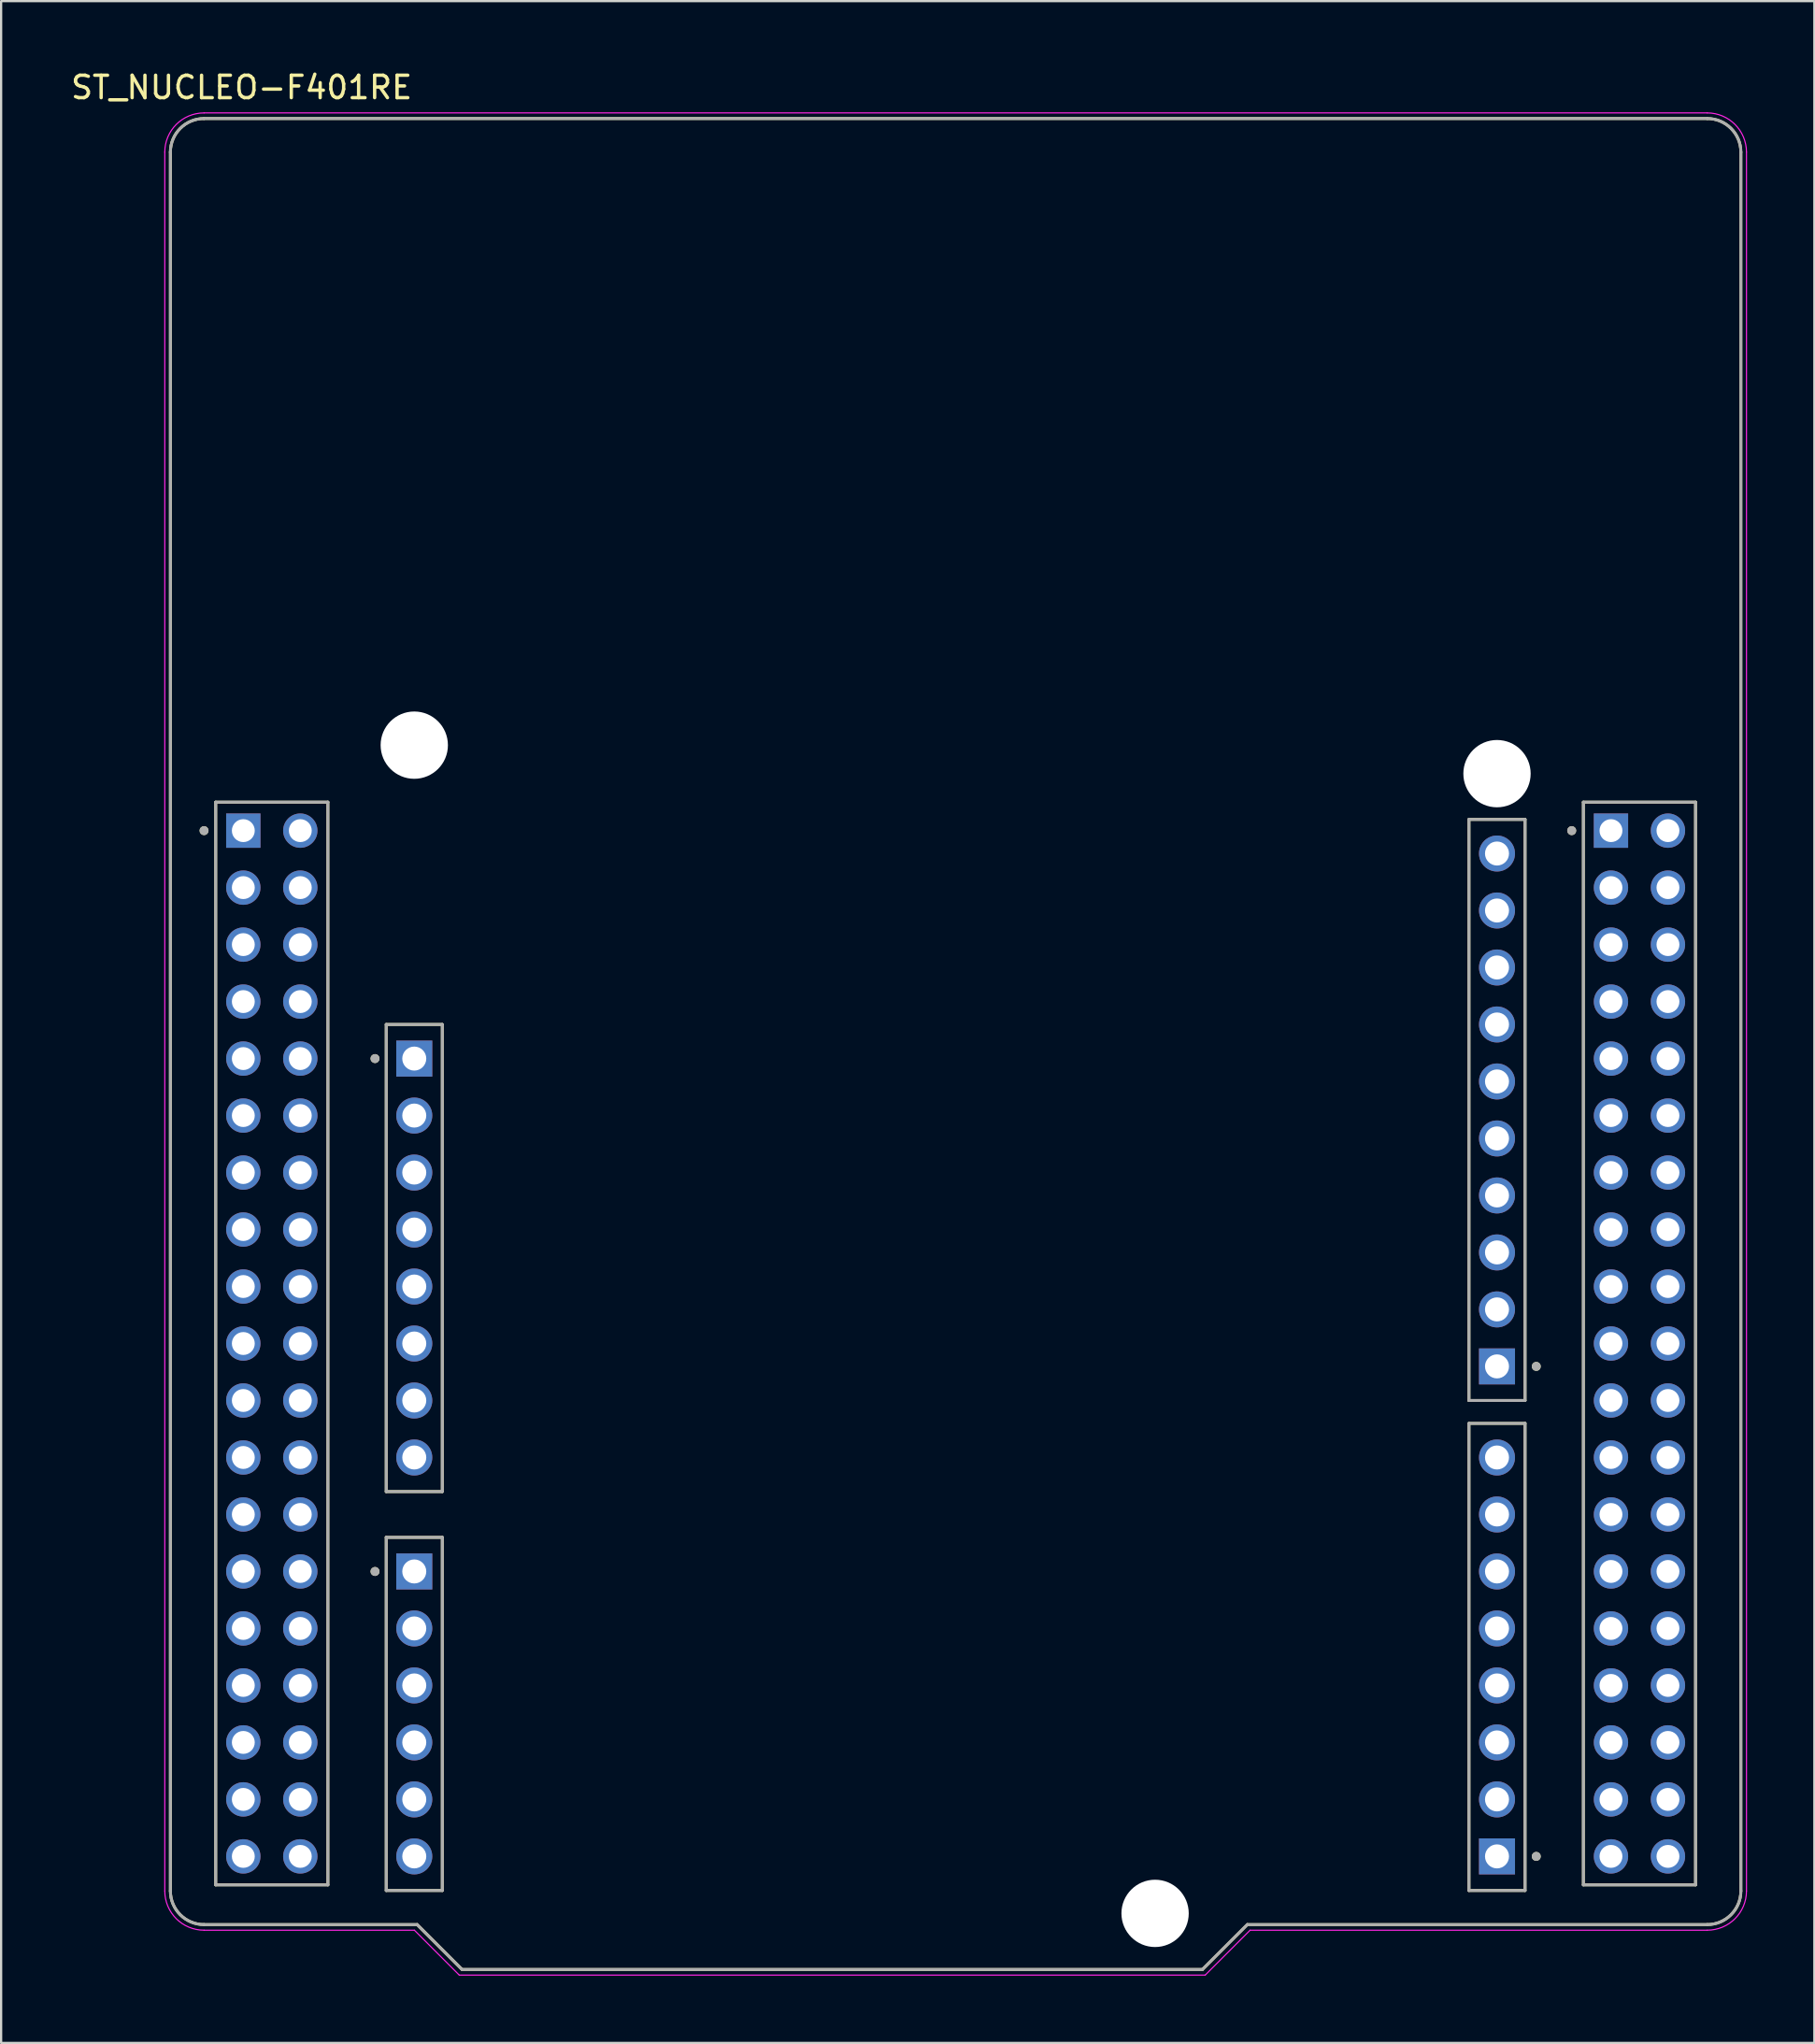
<source format=kicad_pcb>
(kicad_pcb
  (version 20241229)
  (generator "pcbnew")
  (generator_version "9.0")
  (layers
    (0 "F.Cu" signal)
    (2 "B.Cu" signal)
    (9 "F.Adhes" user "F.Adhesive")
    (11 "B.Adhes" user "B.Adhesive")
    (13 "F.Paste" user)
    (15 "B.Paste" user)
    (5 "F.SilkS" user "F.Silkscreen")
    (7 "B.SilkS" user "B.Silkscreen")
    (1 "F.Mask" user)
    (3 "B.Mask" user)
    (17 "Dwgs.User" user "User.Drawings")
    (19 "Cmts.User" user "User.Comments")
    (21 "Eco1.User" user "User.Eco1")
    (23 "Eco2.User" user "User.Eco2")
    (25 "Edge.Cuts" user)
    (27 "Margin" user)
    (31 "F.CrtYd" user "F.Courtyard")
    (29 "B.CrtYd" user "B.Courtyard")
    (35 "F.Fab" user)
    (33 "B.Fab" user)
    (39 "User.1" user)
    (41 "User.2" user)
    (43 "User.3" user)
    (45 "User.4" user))
  (footprint "ST_NUCLEO-F401RE"
    (layer "F.Cu")
    (at 39.545 43.483)
    (property "Reference" "ST_NUCLEO-F401RE" (at -31.825 -42.635 0) (layer "F.SilkS") (effects (font (size 1 1) (thickness 0.15))))
    (attr through_hole)
    (fp_line (start -35 37.75) (end -35 -39.75) (stroke (width 0.127) (type solid)) (layer "F.SilkS"))
    (fp_line (start -33.5 -41.25) (end 33.5 -41.25) (stroke (width 0.127) (type solid)) (layer "F.SilkS"))
    (fp_line (start -32.98 -10.78) (end -32.98 37.48) (stroke (width 0.127) (type solid)) (layer "F.SilkS"))
    (fp_line (start -32.98 37.48) (end -27.98 37.48) (stroke (width 0.127) (type solid)) (layer "F.SilkS"))
    (fp_line (start -27.98 -10.78) (end -32.98 -10.78) (stroke (width 0.127) (type solid)) (layer "F.SilkS"))
    (fp_line (start -27.98 37.48) (end -27.98 -10.78) (stroke (width 0.127) (type solid)) (layer "F.SilkS"))
    (fp_line (start -25.38 -0.87) (end -25.38 19.95) (stroke (width 0.127) (type solid)) (layer "F.SilkS"))
    (fp_line (start -25.38 19.95) (end -22.88 19.95) (stroke (width 0.127) (type solid)) (layer "F.SilkS"))
    (fp_line (start -25.38 21.99) (end -25.38 37.73) (stroke (width 0.127) (type solid)) (layer "F.SilkS"))
    (fp_line (start -25.38 37.73) (end -22.88 37.73) (stroke (width 0.127) (type solid)) (layer "F.SilkS"))
    (fp_line (start -24 39.25) (end -33.5 39.25) (stroke (width 0.127) (type solid)) (layer "F.SilkS"))
    (fp_line (start -22.88 -0.87) (end -25.38 -0.87) (stroke (width 0.127) (type solid)) (layer "F.SilkS"))
    (fp_line (start -22.88 19.95) (end -22.88 -0.87) (stroke (width 0.127) (type solid)) (layer "F.SilkS"))
    (fp_line (start -22.88 21.99) (end -25.38 21.99) (stroke (width 0.127) (type solid)) (layer "F.SilkS"))
    (fp_line (start -22.88 37.73) (end -22.88 21.99) (stroke (width 0.127) (type solid)) (layer "F.SilkS"))
    (fp_line (start -22 41.25) (end -24 39.25) (stroke (width 0.127) (type solid)) (layer "F.SilkS"))
    (fp_line (start 11 41.25) (end -22 41.25) (stroke (width 0.127) (type solid)) (layer "F.SilkS"))
    (fp_line (start 13 39.25) (end 11 41.25) (stroke (width 0.127) (type solid)) (layer "F.SilkS"))
    (fp_line (start 22.88 -10.01) (end 22.88 15.89) (stroke (width 0.127) (type solid)) (layer "F.SilkS"))
    (fp_line (start 22.88 15.89) (end 25.38 15.89) (stroke (width 0.127) (type solid)) (layer "F.SilkS"))
    (fp_line (start 22.88 16.91) (end 22.88 37.73) (stroke (width 0.127) (type solid)) (layer "F.SilkS"))
    (fp_line (start 22.88 37.73) (end 25.38 37.73) (stroke (width 0.127) (type solid)) (layer "F.SilkS"))
    (fp_line (start 25.38 -10.01) (end 22.88 -10.01) (stroke (width 0.127) (type solid)) (layer "F.SilkS"))
    (fp_line (start 25.38 15.89) (end 25.38 -10.01) (stroke (width 0.127) (type solid)) (layer "F.SilkS"))
    (fp_line (start 25.38 16.91) (end 22.88 16.91) (stroke (width 0.127) (type solid)) (layer "F.SilkS"))
    (fp_line (start 25.38 37.73) (end 25.38 16.91) (stroke (width 0.127) (type solid)) (layer "F.SilkS"))
    (fp_line (start 27.98 -10.78) (end 27.98 37.48) (stroke (width 0.127) (type solid)) (layer "F.SilkS"))
    (fp_line (start 27.98 37.48) (end 32.98 37.48) (stroke (width 0.127) (type solid)) (layer "F.SilkS"))
    (fp_line (start 32.98 -10.78) (end 27.98 -10.78) (stroke (width 0.127) (type solid)) (layer "F.SilkS"))
    (fp_line (start 32.98 37.48) (end 32.98 -10.78) (stroke (width 0.127) (type solid)) (layer "F.SilkS"))
    (fp_line (start 33.5 39.25) (end 13 39.25) (stroke (width 0.127) (type solid)) (layer "F.SilkS"))
    (fp_line (start 35 -39.75) (end 35 37.75) (stroke (width 0.127) (type solid)) (layer "F.SilkS"))
    (fp_arc (start -35 -39.75) (mid -34.56066 -40.81066) (end -33.5 -41.25) (stroke (width 0.127) (type solid)) (layer "F.SilkS"))
    (fp_arc (start -33.5 39.25) (mid -34.56066 38.81066) (end -35 37.75) (stroke (width 0.127) (type solid)) (layer "F.SilkS"))
    (fp_arc (start 33.5 -41.25) (mid 34.56066 -40.81066) (end 35 -39.75) (stroke (width 0.127) (type solid)) (layer "F.SilkS"))
    (fp_arc (start 35 37.75) (mid 34.56066 38.81066) (end 33.5 39.25) (stroke (width 0.127) (type solid)) (layer "F.SilkS"))
    (fp_circle (center -33.5 -9.51) (end -33.4 -9.51) (stroke (width 0.2) (type solid)) (fill no) (layer "F.SilkS"))
    (fp_circle (center -25.88 0.65) (end -25.78 0.65) (stroke (width 0.2) (type solid)) (fill no) (layer "F.SilkS"))
    (fp_circle (center -25.88 23.51) (end -25.78 23.51) (stroke (width 0.2) (type solid)) (fill no) (layer "F.SilkS"))
    (fp_circle (center 25.88 14.37) (end 25.98 14.37) (stroke (width 0.2) (type solid)) (fill no) (layer "F.SilkS"))
    (fp_circle (center 25.88 36.21) (end 25.98 36.21) (stroke (width 0.2) (type solid)) (fill no) (layer "F.SilkS"))
    (fp_circle (center 27.46 -9.51) (end 27.56 -9.51) (stroke (width 0.2) (type solid)) (fill no) (layer "F.SilkS"))
    (fp_line (start -35.25 37.75) (end -35.25 -39.75) (stroke (width 0.05) (type solid)) (layer "F.CrtYd"))
    (fp_line (start -33.5 -41.5) (end 33.5 -41.5) (stroke (width 0.05) (type solid)) (layer "F.CrtYd"))
    (fp_line (start -24.125 39.5) (end -33.5 39.5) (stroke (width 0.05) (type solid)) (layer "F.CrtYd"))
    (fp_line (start -22.125 41.5) (end -24.125 39.5) (stroke (width 0.05) (type solid)) (layer "F.CrtYd"))
    (fp_line (start 11.125 41.5) (end -22.125 41.5) (stroke (width 0.05) (type solid)) (layer "F.CrtYd"))
    (fp_line (start 13.125 39.5) (end 11.125 41.5) (stroke (width 0.05) (type solid)) (layer "F.CrtYd"))
    (fp_line (start 33.5 39.5) (end 13.125 39.5) (stroke (width 0.05) (type solid)) (layer "F.CrtYd"))
    (fp_line (start 35.25 -39.75) (end 35.25 37.75) (stroke (width 0.05) (type solid)) (layer "F.CrtYd"))
    (fp_arc (start -35.25 -39.75) (mid -34.737437 -40.987437) (end -33.5 -41.5) (stroke (width 0.05) (type solid)) (layer "F.CrtYd"))
    (fp_arc (start -33.5 39.5) (mid -34.737437 38.987437) (end -35.25 37.75) (stroke (width 0.05) (type solid)) (layer "F.CrtYd"))
    (fp_arc (start 33.5 -41.5) (mid 34.737437 -40.987437) (end 35.25 -39.75) (stroke (width 0.05) (type solid)) (layer "F.CrtYd"))
    (fp_arc (start 35.25 37.75) (mid 34.737437 38.987437) (end 33.5 39.5) (stroke (width 0.05) (type solid)) (layer "F.CrtYd"))
    (fp_line (start -35 37.75) (end -35 -39.75) (stroke (width 0.127) (type solid)) (layer "F.Fab"))
    (fp_line (start -33.5 -41.25) (end 33.5 -41.25) (stroke (width 0.127) (type solid)) (layer "F.Fab"))
    (fp_line (start -32.98 -10.78) (end -32.98 37.48) (stroke (width 0.127) (type solid)) (layer "F.Fab"))
    (fp_line (start -32.98 37.48) (end -27.98 37.48) (stroke (width 0.127) (type solid)) (layer "F.Fab"))
    (fp_line (start -27.98 -10.78) (end -32.98 -10.78) (stroke (width 0.127) (type solid)) (layer "F.Fab"))
    (fp_line (start -27.98 37.48) (end -27.98 -10.78) (stroke (width 0.127) (type solid)) (layer "F.Fab"))
    (fp_line (start -25.38 -0.87) (end -25.38 19.95) (stroke (width 0.127) (type solid)) (layer "F.Fab"))
    (fp_line (start -25.38 19.95) (end -22.88 19.95) (stroke (width 0.127) (type solid)) (layer "F.Fab"))
    (fp_line (start -25.38 21.99) (end -25.38 37.73) (stroke (width 0.127) (type solid)) (layer "F.Fab"))
    (fp_line (start -25.38 37.73) (end -22.88 37.73) (stroke (width 0.127) (type solid)) (layer "F.Fab"))
    (fp_line (start -24 39.25) (end -33.5 39.25) (stroke (width 0.127) (type solid)) (layer "F.Fab"))
    (fp_line (start -22.88 -0.87) (end -25.38 -0.87) (stroke (width 0.127) (type solid)) (layer "F.Fab"))
    (fp_line (start -22.88 19.95) (end -22.88 -0.87) (stroke (width 0.127) (type solid)) (layer "F.Fab"))
    (fp_line (start -22.88 21.99) (end -25.38 21.99) (stroke (width 0.127) (type solid)) (layer "F.Fab"))
    (fp_line (start -22.88 37.73) (end -22.88 21.99) (stroke (width 0.127) (type solid)) (layer "F.Fab"))
    (fp_line (start -22 41.25) (end -24 39.25) (stroke (width 0.127) (type solid)) (layer "F.Fab"))
    (fp_line (start 11 41.25) (end -22 41.25) (stroke (width 0.127) (type solid)) (layer "F.Fab"))
    (fp_line (start 13 39.25) (end 11 41.25) (stroke (width 0.127) (type solid)) (layer "F.Fab"))
    (fp_line (start 22.88 -10.01) (end 22.88 15.89) (stroke (width 0.127) (type solid)) (layer "F.Fab"))
    (fp_line (start 22.88 15.89) (end 25.38 15.89) (stroke (width 0.127) (type solid)) (layer "F.Fab"))
    (fp_line (start 22.88 16.91) (end 22.88 37.73) (stroke (width 0.127) (type solid)) (layer "F.Fab"))
    (fp_line (start 22.88 37.73) (end 25.38 37.73) (stroke (width 0.127) (type solid)) (layer "F.Fab"))
    (fp_line (start 25.38 -10.01) (end 22.88 -10.01) (stroke (width 0.127) (type solid)) (layer "F.Fab"))
    (fp_line (start 25.38 15.89) (end 25.38 -10.01) (stroke (width 0.127) (type solid)) (layer "F.Fab"))
    (fp_line (start 25.38 16.91) (end 22.88 16.91) (stroke (width 0.127) (type solid)) (layer "F.Fab"))
    (fp_line (start 25.38 37.73) (end 25.38 16.91) (stroke (width 0.127) (type solid)) (layer "F.Fab"))
    (fp_line (start 27.98 -10.78) (end 27.98 37.48) (stroke (width 0.127) (type solid)) (layer "F.Fab"))
    (fp_line (start 27.98 37.48) (end 32.98 37.48) (stroke (width 0.127) (type solid)) (layer "F.Fab"))
    (fp_line (start 32.98 -10.78) (end 27.98 -10.78) (stroke (width 0.127) (type solid)) (layer "F.Fab"))
    (fp_line (start 32.98 37.48) (end 32.98 -10.78) (stroke (width 0.127) (type solid)) (layer "F.Fab"))
    (fp_line (start 33.5 39.25) (end 13 39.25) (stroke (width 0.127) (type solid)) (layer "F.Fab"))
    (fp_line (start 35 -39.75) (end 35 37.75) (stroke (width 0.127) (type solid)) (layer "F.Fab"))
    (fp_arc (start -35 -39.75) (mid -34.56066 -40.81066) (end -33.5 -41.25) (stroke (width 0.127) (type solid)) (layer "F.Fab"))
    (fp_arc (start -33.5 39.25) (mid -34.56066 38.81066) (end -35 37.75) (stroke (width 0.127) (type solid)) (layer "F.Fab"))
    (fp_arc (start 33.5 -41.25) (mid 34.56066 -40.81066) (end 35 -39.75) (stroke (width 0.127) (type solid)) (layer "F.Fab"))
    (fp_arc (start 35 37.75) (mid 34.56066 38.81066) (end 33.5 39.25) (stroke (width 0.127) (type solid)) (layer "F.Fab"))
    (fp_circle (center -33.5 -9.51) (end -33.4 -9.51) (stroke (width 0.2) (type solid)) (fill no) (layer "F.Fab"))
    (fp_circle (center -25.88 0.65) (end -25.78 0.65) (stroke (width 0.2) (type solid)) (fill no) (layer "F.Fab"))
    (fp_circle (center -25.88 23.51) (end -25.78 23.51) (stroke (width 0.2) (type solid)) (fill no) (layer "F.Fab"))
    (fp_circle (center 25.88 14.37) (end 25.98 14.37) (stroke (width 0.2) (type solid)) (fill no) (layer "F.Fab"))
    (fp_circle (center 25.88 36.21) (end 25.98 36.21) (stroke (width 0.2) (type solid)) (fill no) (layer "F.Fab"))
    (fp_circle (center 27.46 -9.51) (end 27.56 -9.51) (stroke (width 0.2) (type solid)) (fill no) (layer "F.Fab"))
    (pad "" np_thru_hole circle (at -24.13 -13.32) (size 3 3) (drill 3) (layers "*.Cu" "*.Mask"))
    (pad "" np_thru_hole circle (at 8.89 38.75) (size 3 3) (drill 3) (layers "*.Cu" "*.Mask"))
    (pad "" np_thru_hole circle (at 24.13 -12.05) (size 3 3) (drill 3) (layers "*.Cu" "*.Mask"))
    (pad "5_1" thru_hole rect (at 24.13 14.37) (size 1.605 1.605) (drill 1.07) (layers "*.Cu" "*.Mask"))
    (pad "5_2" thru_hole circle (at 24.13 11.83) (size 1.605 1.605) (drill 1.07) (layers "*.Cu" "*.Mask"))
    (pad "5_3" thru_hole circle (at 24.13 9.29) (size 1.605 1.605) (drill 1.07) (layers "*.Cu" "*.Mask"))
    (pad "5_4" thru_hole circle (at 24.13 6.75) (size 1.605 1.605) (drill 1.07) (layers "*.Cu" "*.Mask"))
    (pad "5_5" thru_hole circle (at 24.13 4.21) (size 1.605 1.605) (drill 1.07) (layers "*.Cu" "*.Mask"))
    (pad "5_6" thru_hole circle (at 24.13 1.67) (size 1.605 1.605) (drill 1.07) (layers "*.Cu" "*.Mask"))
    (pad "5_7" thru_hole circle (at 24.13 -0.87) (size 1.605 1.605) (drill 1.07) (layers "*.Cu" "*.Mask"))
    (pad "5_8" thru_hole circle (at 24.13 -3.41) (size 1.605 1.605) (drill 1.07) (layers "*.Cu" "*.Mask"))
    (pad "5_9" thru_hole circle (at 24.13 -5.95) (size 1.605 1.605) (drill 1.07) (layers "*.Cu" "*.Mask"))
    (pad "5_10" thru_hole circle (at 24.13 -8.49) (size 1.605 1.605) (drill 1.07) (layers "*.Cu" "*.Mask"))
    (pad "6_1" thru_hole rect (at -24.13 0.65) (size 1.605 1.605) (drill 1.07) (layers "*.Cu" "*.Mask"))
    (pad "6_2" thru_hole circle (at -24.13 3.19) (size 1.605 1.605) (drill 1.07) (layers "*.Cu" "*.Mask"))
    (pad "6_3" thru_hole circle (at -24.13 5.73) (size 1.605 1.605) (drill 1.07) (layers "*.Cu" "*.Mask"))
    (pad "6_4" thru_hole circle (at -24.13 8.27) (size 1.605 1.605) (drill 1.07) (layers "*.Cu" "*.Mask"))
    (pad "6_5" thru_hole circle (at -24.13 10.81) (size 1.605 1.605) (drill 1.07) (layers "*.Cu" "*.Mask"))
    (pad "6_6" thru_hole circle (at -24.13 13.35) (size 1.605 1.605) (drill 1.07) (layers "*.Cu" "*.Mask"))
    (pad "6_7" thru_hole circle (at -24.13 15.89) (size 1.605 1.605) (drill 1.07) (layers "*.Cu" "*.Mask"))
    (pad "6_8" thru_hole circle (at -24.13 18.43) (size 1.605 1.605) (drill 1.07) (layers "*.Cu" "*.Mask"))
    (pad "7_1" thru_hole rect (at -31.75 -9.51) (size 1.53 1.53) (drill 1.02) (layers "*.Cu" "*.Mask"))
    (pad "7_2" thru_hole circle (at -29.21 -9.51) (size 1.53 1.53) (drill 1.02) (layers "*.Cu" "*.Mask"))
    (pad "7_3" thru_hole circle (at -31.75 -6.97) (size 1.53 1.53) (drill 1.02) (layers "*.Cu" "*.Mask"))
    (pad "7_4" thru_hole circle (at -29.21 -6.97) (size 1.53 1.53) (drill 1.02) (layers "*.Cu" "*.Mask"))
    (pad "7_5" thru_hole circle (at -31.75 -4.43) (size 1.53 1.53) (drill 1.02) (layers "*.Cu" "*.Mask"))
    (pad "7_6" thru_hole circle (at -29.21 -4.43) (size 1.53 1.53) (drill 1.02) (layers "*.Cu" "*.Mask"))
    (pad "7_7" thru_hole circle (at -31.75 -1.89) (size 1.53 1.53) (drill 1.02) (layers "*.Cu" "*.Mask"))
    (pad "7_8" thru_hole circle (at -29.21 -1.89) (size 1.53 1.53) (drill 1.02) (layers "*.Cu" "*.Mask"))
    (pad "7_9" thru_hole circle (at -31.75 0.65) (size 1.53 1.53) (drill 1.02) (layers "*.Cu" "*.Mask"))
    (pad "7_10" thru_hole circle (at -29.21 0.65) (size 1.53 1.53) (drill 1.02) (layers "*.Cu" "*.Mask"))
    (pad "7_11" thru_hole circle (at -31.75 3.19) (size 1.53 1.53) (drill 1.02) (layers "*.Cu" "*.Mask"))
    (pad "7_12" thru_hole circle (at -29.21 3.19) (size 1.53 1.53) (drill 1.02) (layers "*.Cu" "*.Mask"))
    (pad "7_13" thru_hole circle (at -31.75 5.73) (size 1.53 1.53) (drill 1.02) (layers "*.Cu" "*.Mask"))
    (pad "7_14" thru_hole circle (at -29.21 5.73) (size 1.53 1.53) (drill 1.02) (layers "*.Cu" "*.Mask"))
    (pad "7_15" thru_hole circle (at -31.75 8.27) (size 1.53 1.53) (drill 1.02) (layers "*.Cu" "*.Mask"))
    (pad "7_16" thru_hole circle (at -29.21 8.27) (size 1.53 1.53) (drill 1.02) (layers "*.Cu" "*.Mask"))
    (pad "7_17" thru_hole circle (at -31.75 10.81) (size 1.53 1.53) (drill 1.02) (layers "*.Cu" "*.Mask"))
    (pad "7_18" thru_hole circle (at -29.21 10.81) (size 1.53 1.53) (drill 1.02) (layers "*.Cu" "*.Mask"))
    (pad "7_19" thru_hole circle (at -31.75 13.35) (size 1.53 1.53) (drill 1.02) (layers "*.Cu" "*.Mask"))
    (pad "7_20" thru_hole circle (at -29.21 13.35) (size 1.53 1.53) (drill 1.02) (layers "*.Cu" "*.Mask"))
    (pad "7_21" thru_hole circle (at -31.75 15.89) (size 1.53 1.53) (drill 1.02) (layers "*.Cu" "*.Mask"))
    (pad "7_22" thru_hole circle (at -29.21 15.89) (size 1.53 1.53) (drill 1.02) (layers "*.Cu" "*.Mask"))
    (pad "7_23" thru_hole circle (at -31.75 18.43) (size 1.53 1.53) (drill 1.02) (layers "*.Cu" "*.Mask"))
    (pad "7_24" thru_hole circle (at -29.21 18.43) (size 1.53 1.53) (drill 1.02) (layers "*.Cu" "*.Mask"))
    (pad "7_25" thru_hole circle (at -31.75 20.97) (size 1.53 1.53) (drill 1.02) (layers "*.Cu" "*.Mask"))
    (pad "7_26" thru_hole circle (at -29.21 20.97) (size 1.53 1.53) (drill 1.02) (layers "*.Cu" "*.Mask"))
    (pad "7_27" thru_hole circle (at -31.75 23.51) (size 1.53 1.53) (drill 1.02) (layers "*.Cu" "*.Mask"))
    (pad "7_28" thru_hole circle (at -29.21 23.51) (size 1.53 1.53) (drill 1.02) (layers "*.Cu" "*.Mask"))
    (pad "7_29" thru_hole circle (at -31.75 26.05) (size 1.53 1.53) (drill 1.02) (layers "*.Cu" "*.Mask"))
    (pad "7_30" thru_hole circle (at -29.21 26.05) (size 1.53 1.53) (drill 1.02) (layers "*.Cu" "*.Mask"))
    (pad "7_31" thru_hole circle (at -31.75 28.59) (size 1.53 1.53) (drill 1.02) (layers "*.Cu" "*.Mask"))
    (pad "7_32" thru_hole circle (at -29.21 28.59) (size 1.53 1.53) (drill 1.02) (layers "*.Cu" "*.Mask"))
    (pad "7_33" thru_hole circle (at -31.75 31.13) (size 1.53 1.53) (drill 1.02) (layers "*.Cu" "*.Mask"))
    (pad "7_34" thru_hole circle (at -29.21 31.13) (size 1.53 1.53) (drill 1.02) (layers "*.Cu" "*.Mask"))
    (pad "7_35" thru_hole circle (at -31.75 33.67) (size 1.53 1.53) (drill 1.02) (layers "*.Cu" "*.Mask"))
    (pad "7_36" thru_hole circle (at -29.21 33.67) (size 1.53 1.53) (drill 1.02) (layers "*.Cu" "*.Mask"))
    (pad "7_37" thru_hole circle (at -31.75 36.21) (size 1.53 1.53) (drill 1.02) (layers "*.Cu" "*.Mask"))
    (pad "7_38" thru_hole circle (at -29.21 36.21) (size 1.53 1.53) (drill 1.02) (layers "*.Cu" "*.Mask"))
    (pad "8_1" thru_hole rect (at -24.13 23.51) (size 1.605 1.605) (drill 1.07) (layers "*.Cu" "*.Mask"))
    (pad "8_2" thru_hole circle (at -24.13 26.05) (size 1.605 1.605) (drill 1.07) (layers "*.Cu" "*.Mask"))
    (pad "8_3" thru_hole circle (at -24.13 28.59) (size 1.605 1.605) (drill 1.07) (layers "*.Cu" "*.Mask"))
    (pad "8_4" thru_hole circle (at -24.13 31.13) (size 1.605 1.605) (drill 1.07) (layers "*.Cu" "*.Mask"))
    (pad "8_5" thru_hole circle (at -24.13 33.67) (size 1.605 1.605) (drill 1.07) (layers "*.Cu" "*.Mask"))
    (pad "8_6" thru_hole circle (at -24.13 36.21) (size 1.605 1.605) (drill 1.07) (layers "*.Cu" "*.Mask"))
    (pad "9_1" thru_hole rect (at 24.13 36.21) (size 1.605 1.605) (drill 1.07) (layers "*.Cu" "*.Mask"))
    (pad "9_2" thru_hole circle (at 24.13 33.67) (size 1.605 1.605) (drill 1.07) (layers "*.Cu" "*.Mask"))
    (pad "9_3" thru_hole circle (at 24.13 31.13) (size 1.605 1.605) (drill 1.07) (layers "*.Cu" "*.Mask"))
    (pad "9_4" thru_hole circle (at 24.13 28.59) (size 1.605 1.605) (drill 1.07) (layers "*.Cu" "*.Mask"))
    (pad "9_5" thru_hole circle (at 24.13 26.05) (size 1.605 1.605) (drill 1.07) (layers "*.Cu" "*.Mask"))
    (pad "9_6" thru_hole circle (at 24.13 23.51) (size 1.605 1.605) (drill 1.07) (layers "*.Cu" "*.Mask"))
    (pad "9_7" thru_hole circle (at 24.13 20.97) (size 1.605 1.605) (drill 1.07) (layers "*.Cu" "*.Mask"))
    (pad "9_8" thru_hole circle (at 24.13 18.43) (size 1.605 1.605) (drill 1.07) (layers "*.Cu" "*.Mask"))
    (pad "10_1" thru_hole rect (at 29.21 -9.51) (size 1.53 1.53) (drill 1.02) (layers "*.Cu" "*.Mask"))
    (pad "10_2" thru_hole circle (at 31.75 -9.51) (size 1.53 1.53) (drill 1.02) (layers "*.Cu" "*.Mask"))
    (pad "10_3" thru_hole circle (at 29.21 -6.97) (size 1.53 1.53) (drill 1.02) (layers "*.Cu" "*.Mask"))
    (pad "10_4" thru_hole circle (at 31.75 -6.97) (size 1.53 1.53) (drill 1.02) (layers "*.Cu" "*.Mask"))
    (pad "10_5" thru_hole circle (at 29.21 -4.43) (size 1.53 1.53) (drill 1.02) (layers "*.Cu" "*.Mask"))
    (pad "10_6" thru_hole circle (at 31.75 -4.43) (size 1.53 1.53) (drill 1.02) (layers "*.Cu" "*.Mask"))
    (pad "10_7" thru_hole circle (at 29.21 -1.89) (size 1.53 1.53) (drill 1.02) (layers "*.Cu" "*.Mask"))
    (pad "10_8" thru_hole circle (at 31.75 -1.89) (size 1.53 1.53) (drill 1.02) (layers "*.Cu" "*.Mask"))
    (pad "10_9" thru_hole circle (at 29.21 0.65) (size 1.53 1.53) (drill 1.02) (layers "*.Cu" "*.Mask"))
    (pad "10_10" thru_hole circle (at 31.75 0.65) (size 1.53 1.53) (drill 1.02) (layers "*.Cu" "*.Mask"))
    (pad "10_11" thru_hole circle (at 29.21 3.19) (size 1.53 1.53) (drill 1.02) (layers "*.Cu" "*.Mask"))
    (pad "10_12" thru_hole circle (at 31.75 3.19) (size 1.53 1.53) (drill 1.02) (layers "*.Cu" "*.Mask"))
    (pad "10_13" thru_hole circle (at 29.21 5.73) (size 1.53 1.53) (drill 1.02) (layers "*.Cu" "*.Mask"))
    (pad "10_14" thru_hole circle (at 31.75 5.73) (size 1.53 1.53) (drill 1.02) (layers "*.Cu" "*.Mask"))
    (pad "10_15" thru_hole circle (at 29.21 8.27) (size 1.53 1.53) (drill 1.02) (layers "*.Cu" "*.Mask"))
    (pad "10_16" thru_hole circle (at 31.75 8.27) (size 1.53 1.53) (drill 1.02) (layers "*.Cu" "*.Mask"))
    (pad "10_17" thru_hole circle (at 29.21 10.81) (size 1.53 1.53) (drill 1.02) (layers "*.Cu" "*.Mask"))
    (pad "10_18" thru_hole circle (at 31.75 10.81) (size 1.53 1.53) (drill 1.02) (layers "*.Cu" "*.Mask"))
    (pad "10_19" thru_hole circle (at 29.21 13.35) (size 1.53 1.53) (drill 1.02) (layers "*.Cu" "*.Mask"))
    (pad "10_20" thru_hole circle (at 31.75 13.35) (size 1.53 1.53) (drill 1.02) (layers "*.Cu" "*.Mask"))
    (pad "10_21" thru_hole circle (at 29.21 15.89) (size 1.53 1.53) (drill 1.02) (layers "*.Cu" "*.Mask"))
    (pad "10_22" thru_hole circle (at 31.75 15.89) (size 1.53 1.53) (drill 1.02) (layers "*.Cu" "*.Mask"))
    (pad "10_23" thru_hole circle (at 29.21 18.43) (size 1.53 1.53) (drill 1.02) (layers "*.Cu" "*.Mask"))
    (pad "10_24" thru_hole circle (at 31.75 18.43) (size 1.53 1.53) (drill 1.02) (layers "*.Cu" "*.Mask"))
    (pad "10_25" thru_hole circle (at 29.21 20.97) (size 1.53 1.53) (drill 1.02) (layers "*.Cu" "*.Mask"))
    (pad "10_26" thru_hole circle (at 31.75 20.97) (size 1.53 1.53) (drill 1.02) (layers "*.Cu" "*.Mask"))
    (pad "10_27" thru_hole circle (at 29.21 23.51) (size 1.53 1.53) (drill 1.02) (layers "*.Cu" "*.Mask"))
    (pad "10_28" thru_hole circle (at 31.75 23.51) (size 1.53 1.53) (drill 1.02) (layers "*.Cu" "*.Mask"))
    (pad "10_29" thru_hole circle (at 29.21 26.05) (size 1.53 1.53) (drill 1.02) (layers "*.Cu" "*.Mask"))
    (pad "10_30" thru_hole circle (at 31.75 26.05) (size 1.53 1.53) (drill 1.02) (layers "*.Cu" "*.Mask"))
    (pad "10_31" thru_hole circle (at 29.21 28.59) (size 1.53 1.53) (drill 1.02) (layers "*.Cu" "*.Mask"))
    (pad "10_32" thru_hole circle (at 31.75 28.59) (size 1.53 1.53) (drill 1.02) (layers "*.Cu" "*.Mask"))
    (pad "10_33" thru_hole circle (at 29.21 31.13) (size 1.53 1.53) (drill 1.02) (layers "*.Cu" "*.Mask"))
    (pad "10_34" thru_hole circle (at 31.75 31.13) (size 1.53 1.53) (drill 1.02) (layers "*.Cu" "*.Mask"))
    (pad "10_35" thru_hole circle (at 29.21 33.67) (size 1.53 1.53) (drill 1.02) (layers "*.Cu" "*.Mask"))
    (pad "10_36" thru_hole circle (at 31.75 33.67) (size 1.53 1.53) (drill 1.02) (layers "*.Cu" "*.Mask"))
    (pad "10_37" thru_hole circle (at 29.21 36.21) (size 1.53 1.53) (drill 1.02) (layers "*.Cu" "*.Mask"))
    (pad "10_38" thru_hole circle (at 31.75 36.21) (size 1.53 1.53) (drill 1.02) (layers "*.Cu" "*.Mask")))
  (gr_rect
    (start -3 -3)
    (end 77.82 88.008)
    (stroke (width 0.1) (type default))
    (fill no)
    (layer "Edge.Cuts")))
</source>
